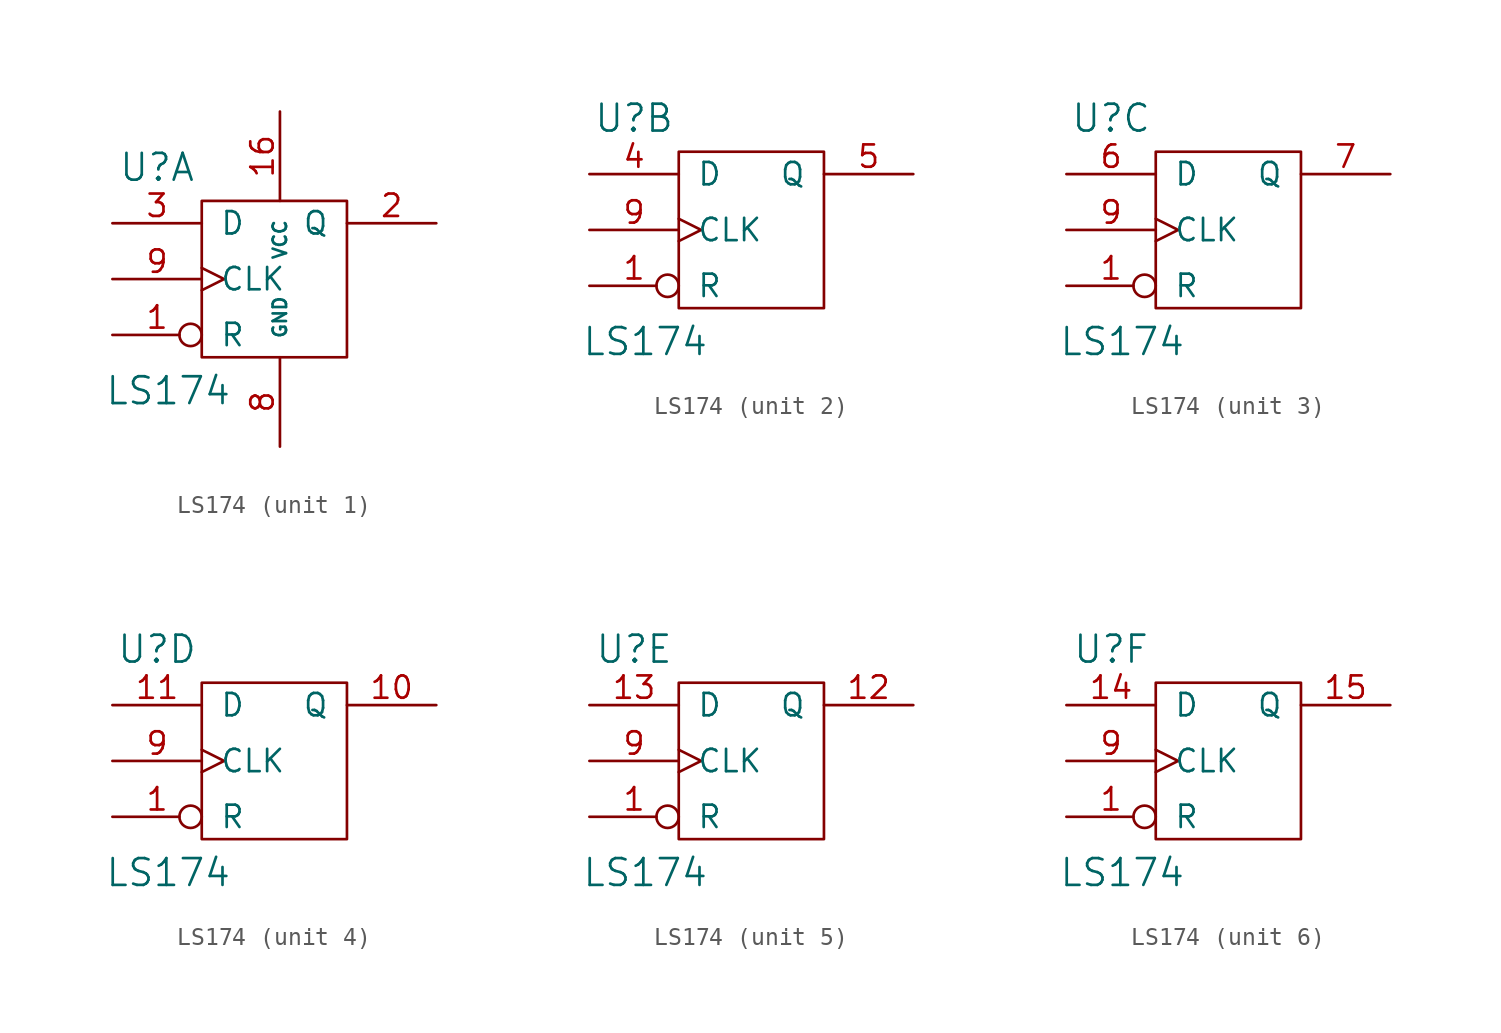
<source format=kicad_sym>
(kicad_symbol_lib
  (version 20211014)
  (generator kicad_symbol_editor)
  (symbol "LS174"
    (pin_names
      (offset 1.016))
    (property "Reference" "U"
      (at -6.985 6.35 0)
      (effects (font (size 1.524 1.524))))
    (property "Value" "LS174"
      (at -6.35 -6.35 0)
      (effects (font (size 1.524 1.524))))
    (symbol "LS174_0_1"
      (rectangle (start -4.445 4.445) (end 3.81 -4.445) (stroke (width 0) (type default) (color 0 0 0 0)) (fill (type none))))
    (symbol "LS174_1_0"
      (pin input inverted (at -9.525 -3.175 0) (length 5.08) (name "R" (effects (font (size 1.27 1.27)))) (number "1" (effects (font (size 1.27 1.27)))))
      (pin power_in line (at 0 9.525 270) (length 5.08) (name "VCC" (effects (font (size 0.762 0.762)))) (number "16" (effects (font (size 1.27 1.27)))))
      (pin output line (at 8.89 3.175 180) (length 5.08) (name "Q" (effects (font (size 1.27 1.27)))) (number "2" (effects (font (size 1.27 1.27)))))
      (pin input line (at -9.525 3.175 0) (length 5.08) (name "D" (effects (font (size 1.27 1.27)))) (number "3" (effects (font (size 1.27 1.27)))))
      (pin power_in line (at 0 -9.525 90) (length 5.08) (name "GND" (effects (font (size 0.762 0.762)))) (number "8" (effects (font (size 1.27 1.27)))))
      (pin input clock (at -9.525 0 0) (length 5.08) (name "CLK" (effects (font (size 1.27 1.27)))) (number "9" (effects (font (size 1.27 1.27))))))
    (symbol "LS174_2_1"
      (pin input inverted (at -9.525 -3.175 0) (length 5.08) (name "R" (effects (font (size 1.27 1.27)))) (number "1" (effects (font (size 1.27 1.27)))))
      (pin input line (at -9.525 3.175 0) (length 5.08) (name "D" (effects (font (size 1.27 1.27)))) (number "4" (effects (font (size 1.27 1.27)))))
      (pin output line (at 8.89 3.175 180) (length 5.08) (name "Q" (effects (font (size 1.27 1.27)))) (number "5" (effects (font (size 1.27 1.27)))))
      (pin input clock (at -9.525 0 0) (length 5.08) (name "CLK" (effects (font (size 1.27 1.27)))) (number "9" (effects (font (size 1.27 1.27))))))
    (symbol "LS174_3_1"
      (pin input inverted (at -9.525 -3.175 0) (length 5.08) (name "R" (effects (font (size 1.27 1.27)))) (number "1" (effects (font (size 1.27 1.27)))))
      (pin input line (at -9.525 3.175 0) (length 5.08) (name "D" (effects (font (size 1.27 1.27)))) (number "6" (effects (font (size 1.27 1.27)))))
      (pin output line (at 8.89 3.175 180) (length 5.08) (name "Q" (effects (font (size 1.27 1.27)))) (number "7" (effects (font (size 1.27 1.27)))))
      (pin input clock (at -9.525 0 0) (length 5.08) (name "CLK" (effects (font (size 1.27 1.27)))) (number "9" (effects (font (size 1.27 1.27))))))
    (symbol "LS174_4_1"
      (pin input inverted (at -9.525 -3.175 0) (length 5.08) (name "R" (effects (font (size 1.27 1.27)))) (number "1" (effects (font (size 1.27 1.27)))))
      (pin output line (at 8.89 3.175 180) (length 5.08) (name "Q" (effects (font (size 1.27 1.27)))) (number "10" (effects (font (size 1.27 1.27)))))
      (pin input line (at -9.525 3.175 0) (length 5.08) (name "D" (effects (font (size 1.27 1.27)))) (number "11" (effects (font (size 1.27 1.27)))))
      (pin input clock (at -9.525 0 0) (length 5.08) (name "CLK" (effects (font (size 1.27 1.27)))) (number "9" (effects (font (size 1.27 1.27))))))
    (symbol "LS174_5_1"
      (pin input inverted (at -9.525 -3.175 0) (length 5.08) (name "R" (effects (font (size 1.27 1.27)))) (number "1" (effects (font (size 1.27 1.27)))))
      (pin output line (at 8.89 3.175 180) (length 5.08) (name "Q" (effects (font (size 1.27 1.27)))) (number "12" (effects (font (size 1.27 1.27)))))
      (pin input line (at -9.525 3.175 0) (length 5.08) (name "D" (effects (font (size 1.27 1.27)))) (number "13" (effects (font (size 1.27 1.27)))))
      (pin input clock (at -9.525 0 0) (length 5.08) (name "CLK" (effects (font (size 1.27 1.27)))) (number "9" (effects (font (size 1.27 1.27))))))
    (symbol "LS174_6_1"
      (pin input inverted (at -9.525 -3.175 0) (length 5.08) (name "R" (effects (font (size 1.27 1.27)))) (number "1" (effects (font (size 1.27 1.27)))))
      (pin input line (at -9.525 3.175 0) (length 5.08) (name "D" (effects (font (size 1.27 1.27)))) (number "14" (effects (font (size 1.27 1.27)))))
      (pin output line (at 8.89 3.175 180) (length 5.08) (name "Q" (effects (font (size 1.27 1.27)))) (number "15" (effects (font (size 1.27 1.27)))))
      (pin input clock (at -9.525 0 0) (length 5.08) (name "CLK" (effects (font (size 1.27 1.27)))) (number "9" (effects (font (size 1.27 1.27))))))))
</source>
